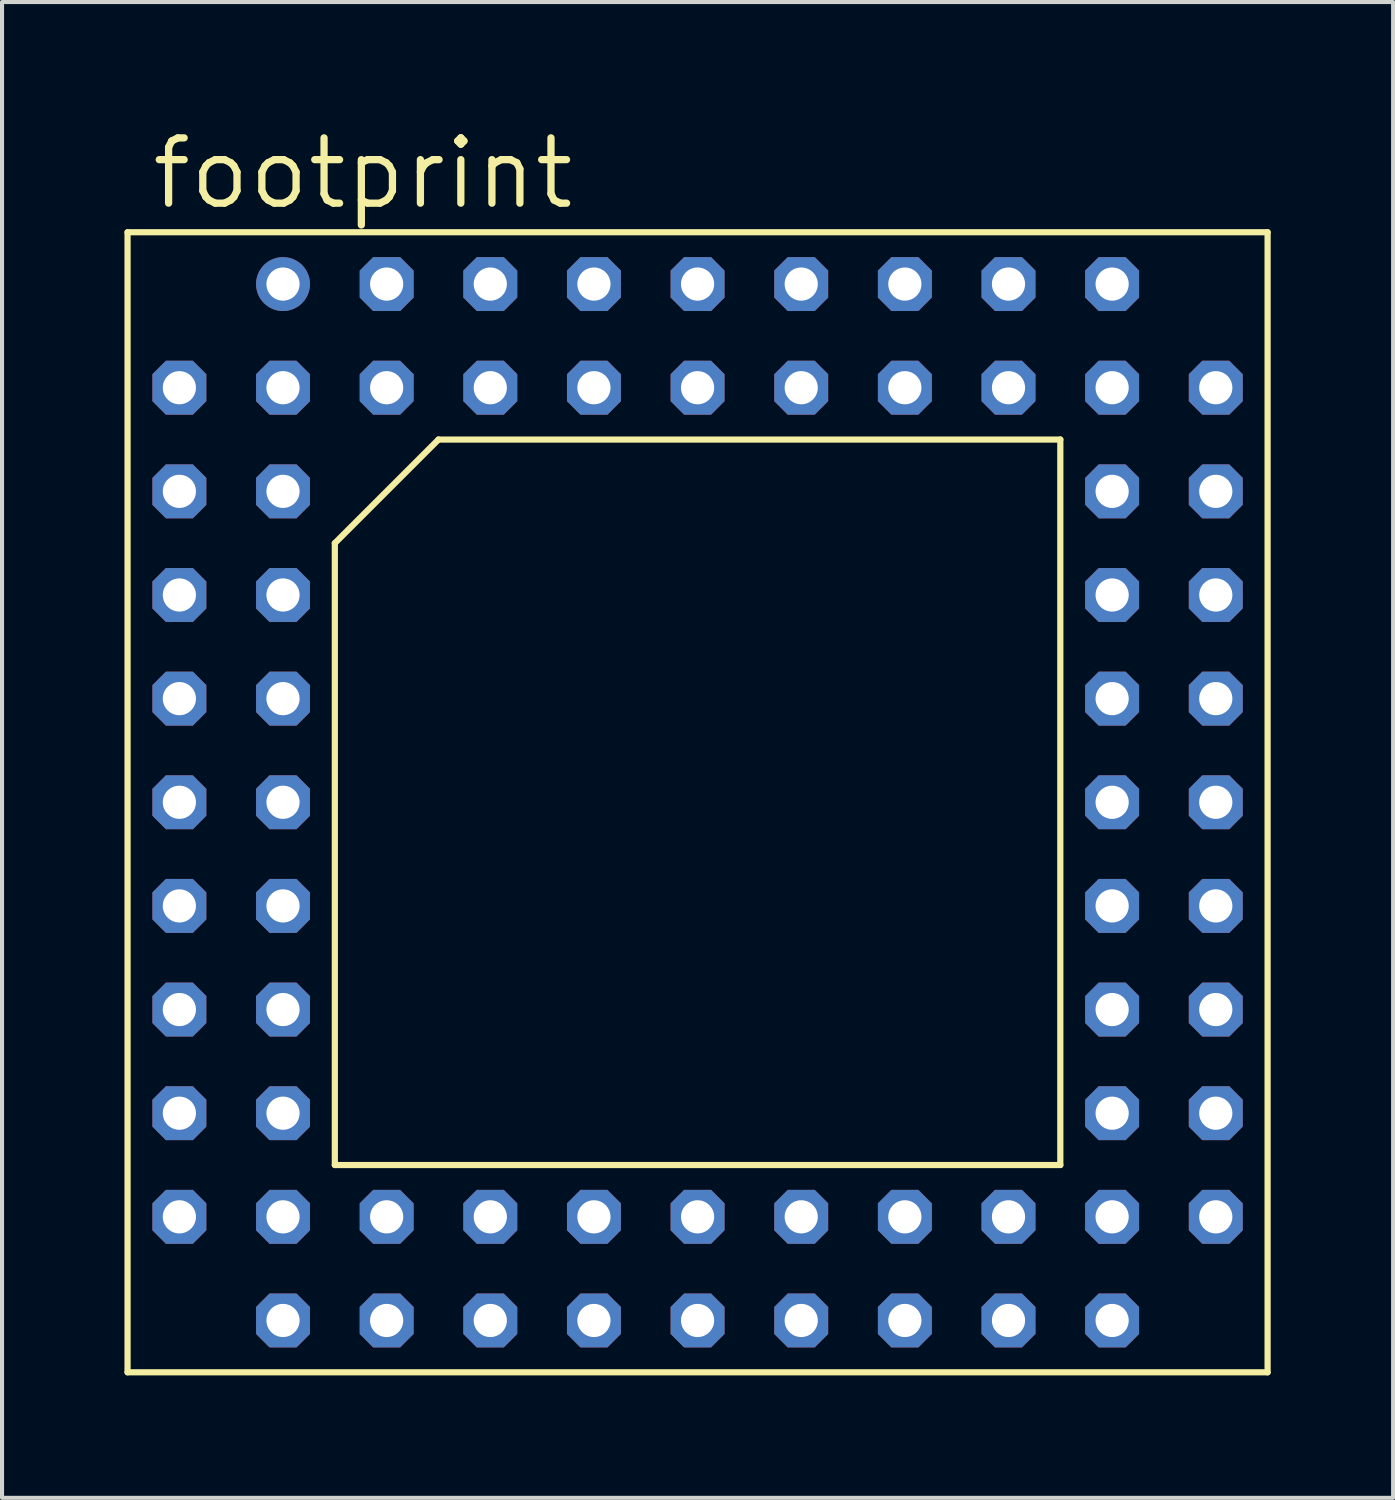
<source format=kicad_pcb>
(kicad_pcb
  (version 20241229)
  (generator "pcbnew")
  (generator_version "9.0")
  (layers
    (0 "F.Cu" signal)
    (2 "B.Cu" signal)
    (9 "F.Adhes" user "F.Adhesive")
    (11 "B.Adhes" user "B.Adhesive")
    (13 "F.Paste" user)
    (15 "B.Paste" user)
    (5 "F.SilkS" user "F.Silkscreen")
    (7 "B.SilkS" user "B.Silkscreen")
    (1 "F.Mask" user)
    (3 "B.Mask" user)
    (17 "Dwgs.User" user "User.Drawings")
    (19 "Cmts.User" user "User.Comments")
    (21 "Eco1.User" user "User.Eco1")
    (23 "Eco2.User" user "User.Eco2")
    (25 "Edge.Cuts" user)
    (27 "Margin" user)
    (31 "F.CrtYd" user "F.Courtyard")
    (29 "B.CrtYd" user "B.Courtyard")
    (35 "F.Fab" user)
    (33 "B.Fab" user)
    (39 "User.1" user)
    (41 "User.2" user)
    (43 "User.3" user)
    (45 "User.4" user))
  (footprint "footprint"
    (layer "F.Cu")
    (at 14.046 16.612)
    (property "Reference" "footprint" (at -13.462 -14.478 0) (layer "F.SilkS") (effects (font (size 1.6 1.6) (thickness 0.178)) (justify left bottom)))
    (fp_line (start -13.97 -13.97) (end -13.97 13.97) (stroke (width 0.152) (type solid)) (layer "F.SilkS"))
    (fp_line (start -13.97 -13.97) (end 13.97 -13.97) (stroke (width 0.152) (type solid)) (layer "F.SilkS"))
    (fp_line (start -8.89 8.89) (end -8.89 -6.35) (stroke (width 0.152) (type solid)) (layer "F.SilkS"))
    (fp_line (start -8.89 8.89) (end 8.89 8.89) (stroke (width 0.152) (type solid)) (layer "F.SilkS"))
    (fp_line (start -6.35 -8.89) (end -8.89 -6.35) (stroke (width 0.152) (type solid)) (layer "F.SilkS"))
    (fp_line (start -6.35 -8.89) (end 8.89 -8.89) (stroke (width 0.152) (type solid)) (layer "F.SilkS"))
    (fp_line (start 8.89 8.89) (end 8.89 -8.89) (stroke (width 0.152) (type solid)) (layer "F.SilkS"))
    (fp_line (start 13.97 -13.97) (end 13.97 13.97) (stroke (width 0.152) (type solid)) (layer "F.SilkS"))
    (fp_line (start 13.97 13.97) (end -13.97 13.97) (stroke (width 0.152) (type solid)) (layer "F.SilkS"))
    (pad "1" thru_hole circle (at -10.16 -12.7) (size 1.321 1.321) (drill 0.813) (layers "*.Cu" "*.Mask"))
    (pad "2" thru_hole roundrect (at -7.62 -12.7) (size 1.321 1.321) (drill 0.813) (layers "*.Cu" "*.Mask") (roundrect_rratio 0.25) (chamfer_ratio 0.25) (chamfer top_left top_right bottom_left bottom_right))
    (pad "3" thru_hole roundrect (at -7.62 -10.16) (size 1.321 1.321) (drill 0.813) (layers "*.Cu" "*.Mask") (roundrect_rratio 0.25) (chamfer_ratio 0.25) (chamfer top_left top_right bottom_left bottom_right))
    (pad "4" thru_hole roundrect (at -5.08 -12.7) (size 1.321 1.321) (drill 0.813) (layers "*.Cu" "*.Mask") (roundrect_rratio 0.25) (chamfer_ratio 0.25) (chamfer top_left top_right bottom_left bottom_right))
    (pad "5" thru_hole roundrect (at -5.08 -10.16) (size 1.321 1.321) (drill 0.813) (layers "*.Cu" "*.Mask") (roundrect_rratio 0.25) (chamfer_ratio 0.25) (chamfer top_left top_right bottom_left bottom_right))
    (pad "6" thru_hole roundrect (at -2.54 -12.7) (size 1.321 1.321) (drill 0.813) (layers "*.Cu" "*.Mask") (roundrect_rratio 0.25) (chamfer_ratio 0.25) (chamfer top_left top_right bottom_left bottom_right))
    (pad "7" thru_hole roundrect (at -2.54 -10.16) (size 1.321 1.321) (drill 0.813) (layers "*.Cu" "*.Mask") (roundrect_rratio 0.25) (chamfer_ratio 0.25) (chamfer top_left top_right bottom_left bottom_right))
    (pad "8" thru_hole roundrect (at 0 -12.7) (size 1.321 1.321) (drill 0.813) (layers "*.Cu" "*.Mask") (roundrect_rratio 0.25) (chamfer_ratio 0.25) (chamfer top_left top_right bottom_left bottom_right))
    (pad "9" thru_hole roundrect (at 0 -10.16) (size 1.321 1.321) (drill 0.813) (layers "*.Cu" "*.Mask") (roundrect_rratio 0.25) (chamfer_ratio 0.25) (chamfer top_left top_right bottom_left bottom_right))
    (pad "10" thru_hole roundrect (at 2.54 -12.7) (size 1.321 1.321) (drill 0.813) (layers "*.Cu" "*.Mask") (roundrect_rratio 0.25) (chamfer_ratio 0.25) (chamfer top_left top_right bottom_left bottom_right))
    (pad "11" thru_hole roundrect (at 2.54 -10.16) (size 1.321 1.321) (drill 0.813) (layers "*.Cu" "*.Mask") (roundrect_rratio 0.25) (chamfer_ratio 0.25) (chamfer top_left top_right bottom_left bottom_right))
    (pad "12" thru_hole roundrect (at 5.08 -12.7) (size 1.321 1.321) (drill 0.813) (layers "*.Cu" "*.Mask") (roundrect_rratio 0.25) (chamfer_ratio 0.25) (chamfer top_left top_right bottom_left bottom_right))
    (pad "13" thru_hole roundrect (at 5.08 -10.16) (size 1.321 1.321) (drill 0.813) (layers "*.Cu" "*.Mask") (roundrect_rratio 0.25) (chamfer_ratio 0.25) (chamfer top_left top_right bottom_left bottom_right))
    (pad "14" thru_hole roundrect (at 7.62 -12.7) (size 1.321 1.321) (drill 0.813) (layers "*.Cu" "*.Mask") (roundrect_rratio 0.25) (chamfer_ratio 0.25) (chamfer top_left top_right bottom_left bottom_right))
    (pad "15" thru_hole roundrect (at 7.62 -10.16) (size 1.321 1.321) (drill 0.813) (layers "*.Cu" "*.Mask") (roundrect_rratio 0.25) (chamfer_ratio 0.25) (chamfer top_left top_right bottom_left bottom_right))
    (pad "16" thru_hole roundrect (at 10.16 -12.7) (size 1.321 1.321) (drill 0.813) (layers "*.Cu" "*.Mask") (roundrect_rratio 0.25) (chamfer_ratio 0.25) (chamfer top_left top_right bottom_left bottom_right))
    (pad "17" thru_hole roundrect (at 10.16 -10.16) (size 1.321 1.321) (drill 0.813) (layers "*.Cu" "*.Mask") (roundrect_rratio 0.25) (chamfer_ratio 0.25) (chamfer top_left top_right bottom_left bottom_right))
    (pad "18" thru_hole roundrect (at 12.7 -10.16) (size 1.321 1.321) (drill 0.813) (layers "*.Cu" "*.Mask") (roundrect_rratio 0.25) (chamfer_ratio 0.25) (chamfer top_left top_right bottom_left bottom_right))
    (pad "19" thru_hole roundrect (at 12.7 -7.62) (size 1.321 1.321) (drill 0.813) (layers "*.Cu" "*.Mask") (roundrect_rratio 0.25) (chamfer_ratio 0.25) (chamfer top_left top_right bottom_left bottom_right))
    (pad "20" thru_hole roundrect (at 10.16 -7.62) (size 1.321 1.321) (drill 0.813) (layers "*.Cu" "*.Mask") (roundrect_rratio 0.25) (chamfer_ratio 0.25) (chamfer top_left top_right bottom_left bottom_right))
    (pad "21" thru_hole roundrect (at 12.7 -5.08) (size 1.321 1.321) (drill 0.813) (layers "*.Cu" "*.Mask") (roundrect_rratio 0.25) (chamfer_ratio 0.25) (chamfer top_left top_right bottom_left bottom_right))
    (pad "22" thru_hole roundrect (at 10.16 -5.08) (size 1.321 1.321) (drill 0.813) (layers "*.Cu" "*.Mask") (roundrect_rratio 0.25) (chamfer_ratio 0.25) (chamfer top_left top_right bottom_left bottom_right))
    (pad "23" thru_hole roundrect (at 12.7 -2.54) (size 1.321 1.321) (drill 0.813) (layers "*.Cu" "*.Mask") (roundrect_rratio 0.25) (chamfer_ratio 0.25) (chamfer top_left top_right bottom_left bottom_right))
    (pad "24" thru_hole roundrect (at 10.16 -2.54) (size 1.321 1.321) (drill 0.813) (layers "*.Cu" "*.Mask") (roundrect_rratio 0.25) (chamfer_ratio 0.25) (chamfer top_left top_right bottom_left bottom_right))
    (pad "25" thru_hole roundrect (at 12.7 0) (size 1.321 1.321) (drill 0.813) (layers "*.Cu" "*.Mask") (roundrect_rratio 0.25) (chamfer_ratio 0.25) (chamfer top_left top_right bottom_left bottom_right))
    (pad "26" thru_hole roundrect (at 10.16 0) (size 1.321 1.321) (drill 0.813) (layers "*.Cu" "*.Mask") (roundrect_rratio 0.25) (chamfer_ratio 0.25) (chamfer top_left top_right bottom_left bottom_right))
    (pad "27" thru_hole roundrect (at 12.7 2.54) (size 1.321 1.321) (drill 0.813) (layers "*.Cu" "*.Mask") (roundrect_rratio 0.25) (chamfer_ratio 0.25) (chamfer top_left top_right bottom_left bottom_right))
    (pad "28" thru_hole roundrect (at 10.16 2.54) (size 1.321 1.321) (drill 0.813) (layers "*.Cu" "*.Mask") (roundrect_rratio 0.25) (chamfer_ratio 0.25) (chamfer top_left top_right bottom_left bottom_right))
    (pad "29" thru_hole roundrect (at 12.7 5.08) (size 1.321 1.321) (drill 0.813) (layers "*.Cu" "*.Mask") (roundrect_rratio 0.25) (chamfer_ratio 0.25) (chamfer top_left top_right bottom_left bottom_right))
    (pad "30" thru_hole roundrect (at 10.16 5.08) (size 1.321 1.321) (drill 0.813) (layers "*.Cu" "*.Mask") (roundrect_rratio 0.25) (chamfer_ratio 0.25) (chamfer top_left top_right bottom_left bottom_right))
    (pad "31" thru_hole roundrect (at 12.7 7.62) (size 1.321 1.321) (drill 0.813) (layers "*.Cu" "*.Mask") (roundrect_rratio 0.25) (chamfer_ratio 0.25) (chamfer top_left top_right bottom_left bottom_right))
    (pad "32" thru_hole roundrect (at 10.16 7.62) (size 1.321 1.321) (drill 0.813) (layers "*.Cu" "*.Mask") (roundrect_rratio 0.25) (chamfer_ratio 0.25) (chamfer top_left top_right bottom_left bottom_right))
    (pad "33" thru_hole roundrect (at 12.7 10.16) (size 1.321 1.321) (drill 0.813) (layers "*.Cu" "*.Mask") (roundrect_rratio 0.25) (chamfer_ratio 0.25) (chamfer top_left top_right bottom_left bottom_right))
    (pad "34" thru_hole roundrect (at 10.16 10.16) (size 1.321 1.321) (drill 0.813) (layers "*.Cu" "*.Mask") (roundrect_rratio 0.25) (chamfer_ratio 0.25) (chamfer top_left top_right bottom_left bottom_right))
    (pad "35" thru_hole roundrect (at 10.16 12.7) (size 1.321 1.321) (drill 0.813) (layers "*.Cu" "*.Mask") (roundrect_rratio 0.25) (chamfer_ratio 0.25) (chamfer top_left top_right bottom_left bottom_right))
    (pad "36" thru_hole roundrect (at 7.62 12.7) (size 1.321 1.321) (drill 0.813) (layers "*.Cu" "*.Mask") (roundrect_rratio 0.25) (chamfer_ratio 0.25) (chamfer top_left top_right bottom_left bottom_right))
    (pad "37" thru_hole roundrect (at 7.62 10.16) (size 1.321 1.321) (drill 0.813) (layers "*.Cu" "*.Mask") (roundrect_rratio 0.25) (chamfer_ratio 0.25) (chamfer top_left top_right bottom_left bottom_right))
    (pad "38" thru_hole roundrect (at 5.08 12.7) (size 1.321 1.321) (drill 0.813) (layers "*.Cu" "*.Mask") (roundrect_rratio 0.25) (chamfer_ratio 0.25) (chamfer top_left top_right bottom_left bottom_right))
    (pad "39" thru_hole roundrect (at 5.08 10.16) (size 1.321 1.321) (drill 0.813) (layers "*.Cu" "*.Mask") (roundrect_rratio 0.25) (chamfer_ratio 0.25) (chamfer top_left top_right bottom_left bottom_right))
    (pad "40" thru_hole roundrect (at 2.54 12.7) (size 1.321 1.321) (drill 0.813) (layers "*.Cu" "*.Mask") (roundrect_rratio 0.25) (chamfer_ratio 0.25) (chamfer top_left top_right bottom_left bottom_right))
    (pad "41" thru_hole roundrect (at 2.54 10.16) (size 1.321 1.321) (drill 0.813) (layers "*.Cu" "*.Mask") (roundrect_rratio 0.25) (chamfer_ratio 0.25) (chamfer top_left top_right bottom_left bottom_right))
    (pad "42" thru_hole roundrect (at 0 12.7) (size 1.321 1.321) (drill 0.813) (layers "*.Cu" "*.Mask") (roundrect_rratio 0.25) (chamfer_ratio 0.25) (chamfer top_left top_right bottom_left bottom_right))
    (pad "43" thru_hole roundrect (at 0 10.16) (size 1.321 1.321) (drill 0.813) (layers "*.Cu" "*.Mask") (roundrect_rratio 0.25) (chamfer_ratio 0.25) (chamfer top_left top_right bottom_left bottom_right))
    (pad "44" thru_hole roundrect (at -2.54 12.7) (size 1.321 1.321) (drill 0.813) (layers "*.Cu" "*.Mask") (roundrect_rratio 0.25) (chamfer_ratio 0.25) (chamfer top_left top_right bottom_left bottom_right))
    (pad "45" thru_hole roundrect (at -2.54 10.16) (size 1.321 1.321) (drill 0.813) (layers "*.Cu" "*.Mask") (roundrect_rratio 0.25) (chamfer_ratio 0.25) (chamfer top_left top_right bottom_left bottom_right))
    (pad "46" thru_hole roundrect (at -5.08 12.7) (size 1.321 1.321) (drill 0.813) (layers "*.Cu" "*.Mask") (roundrect_rratio 0.25) (chamfer_ratio 0.25) (chamfer top_left top_right bottom_left bottom_right))
    (pad "47" thru_hole roundrect (at -5.08 10.16) (size 1.321 1.321) (drill 0.813) (layers "*.Cu" "*.Mask") (roundrect_rratio 0.25) (chamfer_ratio 0.25) (chamfer top_left top_right bottom_left bottom_right))
    (pad "48" thru_hole roundrect (at -7.62 12.7) (size 1.321 1.321) (drill 0.813) (layers "*.Cu" "*.Mask") (roundrect_rratio 0.25) (chamfer_ratio 0.25) (chamfer top_left top_right bottom_left bottom_right))
    (pad "49" thru_hole roundrect (at -7.62 10.16) (size 1.321 1.321) (drill 0.813) (layers "*.Cu" "*.Mask") (roundrect_rratio 0.25) (chamfer_ratio 0.25) (chamfer top_left top_right bottom_left bottom_right))
    (pad "50" thru_hole roundrect (at -10.16 12.7) (size 1.321 1.321) (drill 0.813) (layers "*.Cu" "*.Mask") (roundrect_rratio 0.25) (chamfer_ratio 0.25) (chamfer top_left top_right bottom_left bottom_right))
    (pad "51" thru_hole roundrect (at -10.16 10.16) (size 1.321 1.321) (drill 0.813) (layers "*.Cu" "*.Mask") (roundrect_rratio 0.25) (chamfer_ratio 0.25) (chamfer top_left top_right bottom_left bottom_right))
    (pad "52" thru_hole roundrect (at -12.7 10.16) (size 1.321 1.321) (drill 0.813) (layers "*.Cu" "*.Mask") (roundrect_rratio 0.25) (chamfer_ratio 0.25) (chamfer top_left top_right bottom_left bottom_right))
    (pad "53" thru_hole roundrect (at -12.7 7.62) (size 1.321 1.321) (drill 0.813) (layers "*.Cu" "*.Mask") (roundrect_rratio 0.25) (chamfer_ratio 0.25) (chamfer top_left top_right bottom_left bottom_right))
    (pad "54" thru_hole roundrect (at -10.16 7.62) (size 1.321 1.321) (drill 0.813) (layers "*.Cu" "*.Mask") (roundrect_rratio 0.25) (chamfer_ratio 0.25) (chamfer top_left top_right bottom_left bottom_right))
    (pad "55" thru_hole roundrect (at -12.7 5.08) (size 1.321 1.321) (drill 0.813) (layers "*.Cu" "*.Mask") (roundrect_rratio 0.25) (chamfer_ratio 0.25) (chamfer top_left top_right bottom_left bottom_right))
    (pad "56" thru_hole roundrect (at -10.16 5.08) (size 1.321 1.321) (drill 0.813) (layers "*.Cu" "*.Mask") (roundrect_rratio 0.25) (chamfer_ratio 0.25) (chamfer top_left top_right bottom_left bottom_right))
    (pad "57" thru_hole roundrect (at -12.7 2.54) (size 1.321 1.321) (drill 0.813) (layers "*.Cu" "*.Mask") (roundrect_rratio 0.25) (chamfer_ratio 0.25) (chamfer top_left top_right bottom_left bottom_right))
    (pad "58" thru_hole roundrect (at -10.16 2.54) (size 1.321 1.321) (drill 0.813) (layers "*.Cu" "*.Mask") (roundrect_rratio 0.25) (chamfer_ratio 0.25) (chamfer top_left top_right bottom_left bottom_right))
    (pad "59" thru_hole roundrect (at -12.7 0) (size 1.321 1.321) (drill 0.813) (layers "*.Cu" "*.Mask") (roundrect_rratio 0.25) (chamfer_ratio 0.25) (chamfer top_left top_right bottom_left bottom_right))
    (pad "60" thru_hole roundrect (at -10.16 0) (size 1.321 1.321) (drill 0.813) (layers "*.Cu" "*.Mask") (roundrect_rratio 0.25) (chamfer_ratio 0.25) (chamfer top_left top_right bottom_left bottom_right))
    (pad "61" thru_hole roundrect (at -12.7 -2.54) (size 1.321 1.321) (drill 0.813) (layers "*.Cu" "*.Mask") (roundrect_rratio 0.25) (chamfer_ratio 0.25) (chamfer top_left top_right bottom_left bottom_right))
    (pad "62" thru_hole roundrect (at -10.16 -2.54) (size 1.321 1.321) (drill 0.813) (layers "*.Cu" "*.Mask") (roundrect_rratio 0.25) (chamfer_ratio 0.25) (chamfer top_left top_right bottom_left bottom_right))
    (pad "63" thru_hole roundrect (at -12.7 -5.08) (size 1.321 1.321) (drill 0.813) (layers "*.Cu" "*.Mask") (roundrect_rratio 0.25) (chamfer_ratio 0.25) (chamfer top_left top_right bottom_left bottom_right))
    (pad "64" thru_hole roundrect (at -10.16 -5.08) (size 1.321 1.321) (drill 0.813) (layers "*.Cu" "*.Mask") (roundrect_rratio 0.25) (chamfer_ratio 0.25) (chamfer top_left top_right bottom_left bottom_right))
    (pad "65" thru_hole roundrect (at -12.7 -7.62) (size 1.321 1.321) (drill 0.813) (layers "*.Cu" "*.Mask") (roundrect_rratio 0.25) (chamfer_ratio 0.25) (chamfer top_left top_right bottom_left bottom_right))
    (pad "66" thru_hole roundrect (at -10.16 -7.62) (size 1.321 1.321) (drill 0.813) (layers "*.Cu" "*.Mask") (roundrect_rratio 0.25) (chamfer_ratio 0.25) (chamfer top_left top_right bottom_left bottom_right))
    (pad "67" thru_hole roundrect (at -12.7 -10.16) (size 1.321 1.321) (drill 0.813) (layers "*.Cu" "*.Mask") (roundrect_rratio 0.25) (chamfer_ratio 0.25) (chamfer top_left top_right bottom_left bottom_right))
    (pad "68" thru_hole roundrect (at -10.16 -10.16) (size 1.321 1.321) (drill 0.813) (layers "*.Cu" "*.Mask") (roundrect_rratio 0.25) (chamfer_ratio 0.25) (chamfer top_left top_right bottom_left bottom_right)))
  (gr_rect
    (start -3 -3)
    (end 31.092 33.658)
    (stroke (width 0.1) (type default))
    (fill no)
    (layer "Edge.Cuts")))
</source>
